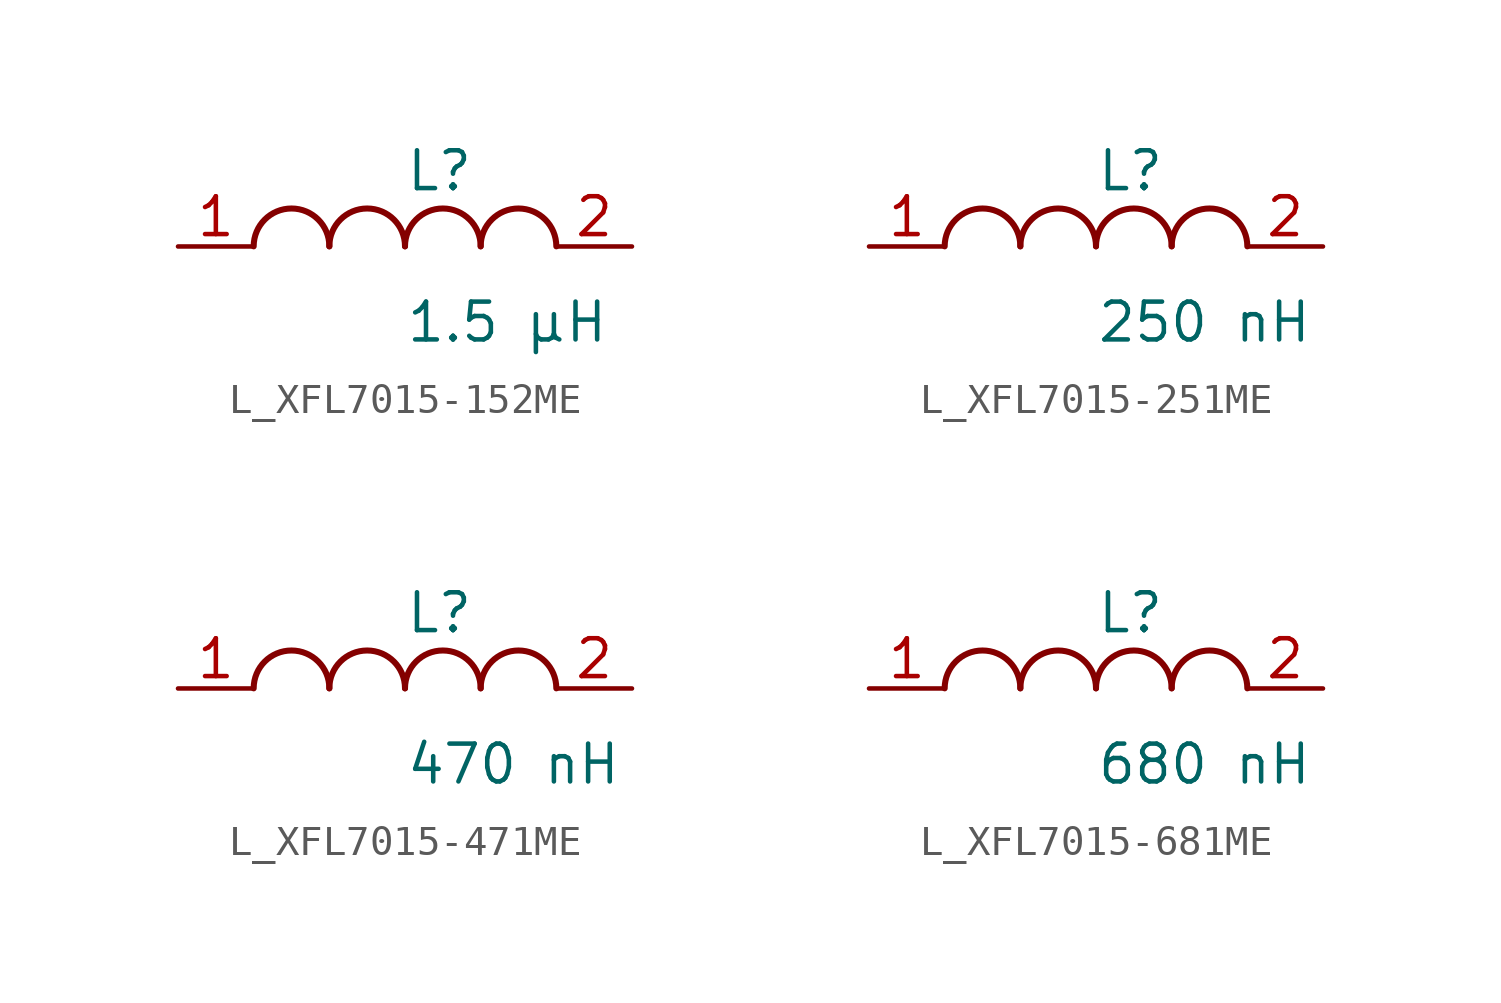
<source format=kicad_sym>
(kicad_symbol_lib
  (version 20231120)
  (generator kicad_symbol_editor)
  (generator_version 8.0)
  (symbol "L_XFL7015-152ME"
    (pin_names
      (offset 0.254))
    (property "Reference" "L"
      (at 0 2.54 0)
      (effects (font (size 1.27 1.27)) (justify left)))
    (property "Value" "1.5 µH"
      (at 0 -2.54 0)
      (effects (font (size 1.27 1.27)) (justify left)))
    (symbol "L_XFL7015-152ME_1_1"
      (arc (start -2.54 0.0056) (mid -3.81 1.27) (end -5.08 0.0056) (stroke (width 0.2032) (type default)) (fill (type none)))
      (arc (start 0 0.0056) (mid -1.27 1.27) (end -2.54 0.0056) (stroke (width 0.2032) (type default)) (fill (type none)))
      (arc (start 2.54 0.0056) (mid 1.27 1.27) (end 0 0.0056) (stroke (width 0.2032) (type default)) (fill (type none)))
      (arc (start 5.08 0.0056) (mid 3.81 1.27) (end 2.54 0.0056) (stroke (width 0.2032) (type default)) (fill (type none)))
      (pin unspecified line (at -7.62 0 0) (length 2.54) (name "" (effects (font (size 1.27 1.27)))) (number "1" (effects (font (size 1.27 1.27)))))
      (pin unspecified line (at 7.62 0 180) (length 2.54) (name "" (effects (font (size 1.27 1.27)))) (number "2" (effects (font (size 1.27 1.27)))))))
  (symbol "L_XFL7015-251ME"
    (pin_names
      (offset 0.254))
    (property "Reference" "L"
      (at 0 2.54 0)
      (effects (font (size 1.27 1.27)) (justify left)))
    (property "Value" "250 nH"
      (at 0 -2.54 0)
      (effects (font (size 1.27 1.27)) (justify left)))
    (symbol "L_XFL7015-251ME_1_1"
      (arc (start -2.54 0.0056) (mid -3.81 1.27) (end -5.08 0.0056) (stroke (width 0.2032) (type default)) (fill (type none)))
      (arc (start 0 0.0056) (mid -1.27 1.27) (end -2.54 0.0056) (stroke (width 0.2032) (type default)) (fill (type none)))
      (arc (start 2.54 0.0056) (mid 1.27 1.27) (end 0 0.0056) (stroke (width 0.2032) (type default)) (fill (type none)))
      (arc (start 5.08 0.0056) (mid 3.81 1.27) (end 2.54 0.0056) (stroke (width 0.2032) (type default)) (fill (type none)))
      (pin unspecified line (at -7.62 0 0) (length 2.54) (name "" (effects (font (size 1.27 1.27)))) (number "1" (effects (font (size 1.27 1.27)))))
      (pin unspecified line (at 7.62 0 180) (length 2.54) (name "" (effects (font (size 1.27 1.27)))) (number "2" (effects (font (size 1.27 1.27)))))))
  (symbol "L_XFL7015-471ME"
    (pin_names
      (offset 0.254))
    (property "Reference" "L"
      (at 0 2.54 0)
      (effects (font (size 1.27 1.27)) (justify left)))
    (property "Value" "470 nH"
      (at 0 -2.54 0)
      (effects (font (size 1.27 1.27)) (justify left)))
    (symbol "L_XFL7015-471ME_1_1"
      (arc (start -2.54 0.0056) (mid -3.81 1.27) (end -5.08 0.0056) (stroke (width 0.2032) (type default)) (fill (type none)))
      (arc (start 0 0.0056) (mid -1.27 1.27) (end -2.54 0.0056) (stroke (width 0.2032) (type default)) (fill (type none)))
      (arc (start 2.54 0.0056) (mid 1.27 1.27) (end 0 0.0056) (stroke (width 0.2032) (type default)) (fill (type none)))
      (arc (start 5.08 0.0056) (mid 3.81 1.27) (end 2.54 0.0056) (stroke (width 0.2032) (type default)) (fill (type none)))
      (pin unspecified line (at -7.62 0 0) (length 2.54) (name "" (effects (font (size 1.27 1.27)))) (number "1" (effects (font (size 1.27 1.27)))))
      (pin unspecified line (at 7.62 0 180) (length 2.54) (name "" (effects (font (size 1.27 1.27)))) (number "2" (effects (font (size 1.27 1.27)))))))
  (symbol "L_XFL7015-681ME"
    (pin_names
      (offset 0.254))
    (property "Reference" "L"
      (at 0 2.54 0)
      (effects (font (size 1.27 1.27)) (justify left)))
    (property "Value" "680 nH"
      (at 0 -2.54 0)
      (effects (font (size 1.27 1.27)) (justify left)))
    (symbol "L_XFL7015-681ME_1_1"
      (arc (start -2.54 0.0056) (mid -3.81 1.27) (end -5.08 0.0056) (stroke (width 0.2032) (type default)) (fill (type none)))
      (arc (start 0 0.0056) (mid -1.27 1.27) (end -2.54 0.0056) (stroke (width 0.2032) (type default)) (fill (type none)))
      (arc (start 2.54 0.0056) (mid 1.27 1.27) (end 0 0.0056) (stroke (width 0.2032) (type default)) (fill (type none)))
      (arc (start 5.08 0.0056) (mid 3.81 1.27) (end 2.54 0.0056) (stroke (width 0.2032) (type default)) (fill (type none)))
      (pin unspecified line (at -7.62 0 0) (length 2.54) (name "" (effects (font (size 1.27 1.27)))) (number "1" (effects (font (size 1.27 1.27)))))
      (pin unspecified line (at 7.62 0 180) (length 2.54) (name "" (effects (font (size 1.27 1.27)))) (number "2" (effects (font (size 1.27 1.27))))))))
</source>
